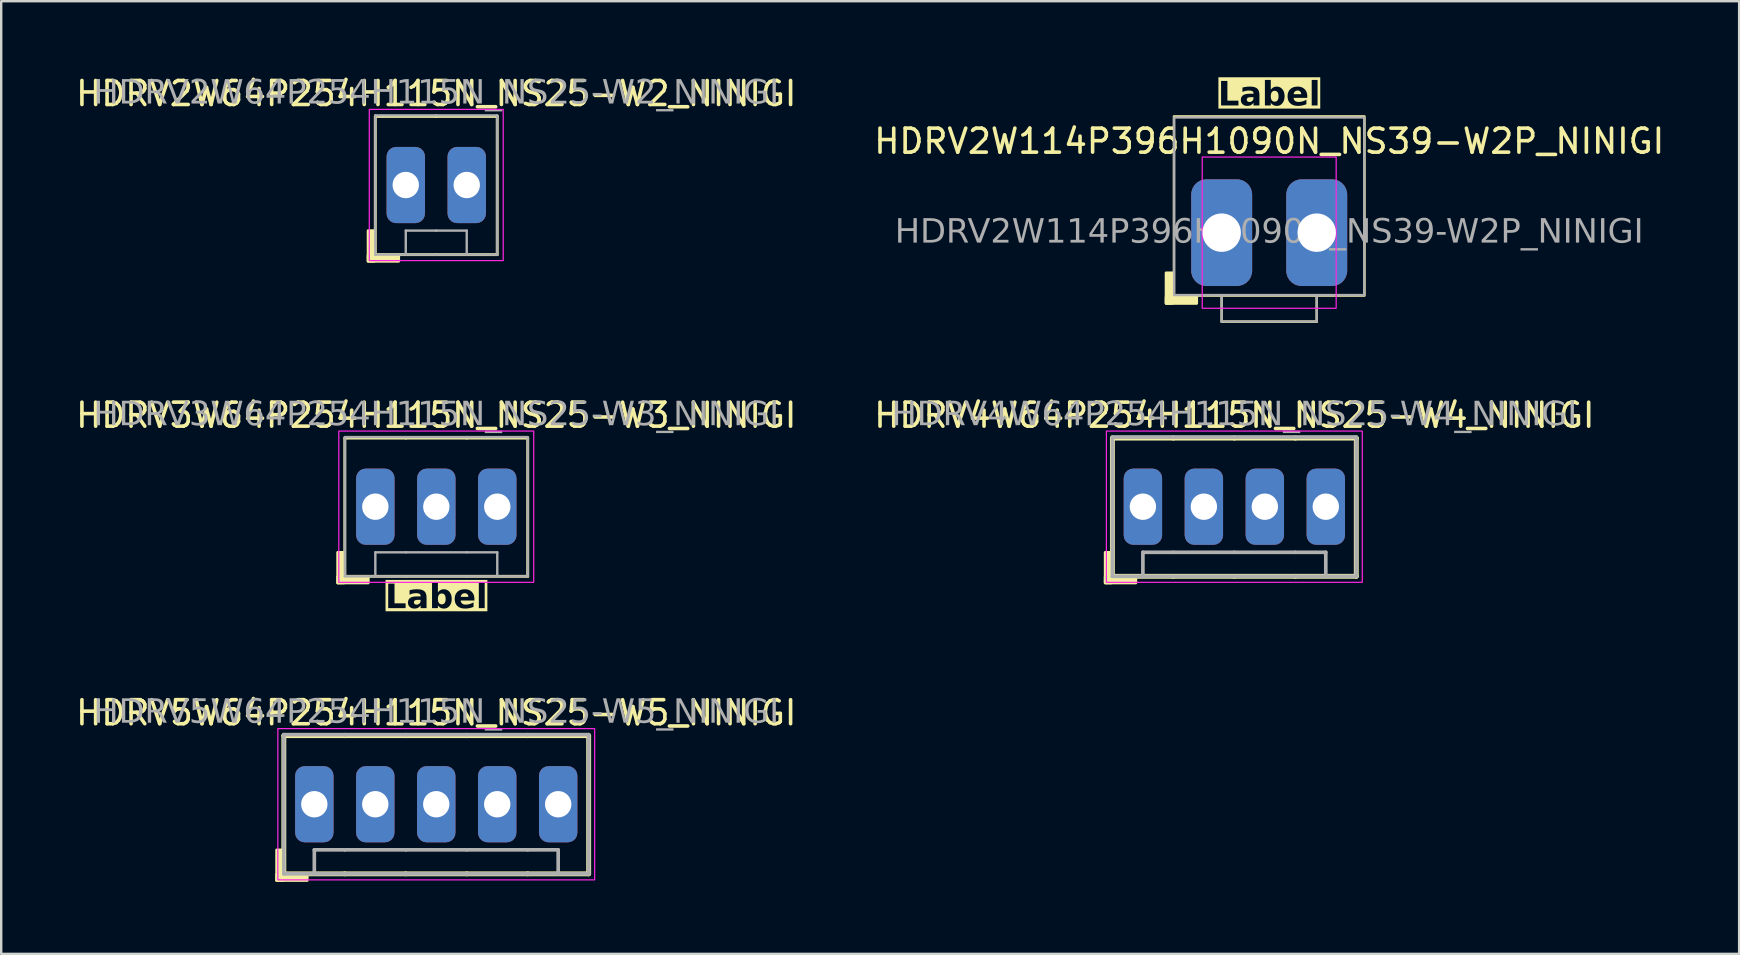
<source format=kicad_pcb>
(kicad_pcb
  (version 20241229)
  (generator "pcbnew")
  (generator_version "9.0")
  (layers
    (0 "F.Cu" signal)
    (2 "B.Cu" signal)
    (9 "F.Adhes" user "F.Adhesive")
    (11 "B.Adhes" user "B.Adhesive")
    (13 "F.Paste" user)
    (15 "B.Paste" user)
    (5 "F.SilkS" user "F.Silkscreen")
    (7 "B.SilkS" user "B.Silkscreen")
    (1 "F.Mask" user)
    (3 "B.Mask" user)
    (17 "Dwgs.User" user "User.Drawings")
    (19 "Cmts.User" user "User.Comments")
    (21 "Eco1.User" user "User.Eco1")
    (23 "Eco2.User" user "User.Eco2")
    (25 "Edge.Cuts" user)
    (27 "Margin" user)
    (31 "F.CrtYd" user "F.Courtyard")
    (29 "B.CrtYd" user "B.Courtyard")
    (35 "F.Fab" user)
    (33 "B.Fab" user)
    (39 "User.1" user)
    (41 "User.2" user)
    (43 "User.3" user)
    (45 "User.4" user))
  (footprint "HDRV2W114P396H1090N_NS39-W2P_NINIGI"
    (layer "F.Cu")
    (at 49.827 6.643)
    (property "Reference" "HDRV2W114P396H1090N_NS39-W2P_NINIGI" (at 0 -3.81 0) (layer "F.SilkS") (effects (font (size 1 1) (thickness 0.15))))
    (property "Label" "Label" (at 0 -5.715 0) (layer "F.SilkS" knockout) (effects (font (face "Tahoma") (size 1 1) (thickness 0.2) (bold yes))))
    (attr through_hole)
    (fp_line (start -1.981 3.708) (end -1.981 2.642) (stroke (width 0.1) (type default)) (layer "F.SilkS"))
    (fp_line (start 1.981 2.642) (end 1.981 3.708) (stroke (width 0.1) (type default)) (layer "F.SilkS"))
    (fp_line (start 1.981 3.708) (end -1.981 3.708) (stroke (width 0.1) (type default)) (layer "F.SilkS"))
    (fp_rect (start -4.039 1.676) (end -4.293 2.946) (stroke (width 0.12) (type solid)) (fill yes) (layer "F.SilkS"))
    (fp_rect (start -3.969 -4.845) (end 3.969 2.623) (stroke (width 0.1) (type default)) (fill no) (layer "F.SilkS"))
    (fp_rect (start -3.023 2.946) (end -4.293 2.692) (stroke (width 0.12) (type solid)) (fill yes) (layer "F.SilkS"))
    (fp_rect (start -2.79 -3.15) (end 2.79 3.15) (stroke (width 0.05) (type default)) (fill no) (layer "F.CrtYd"))
    (fp_line (start -1.98 3.7) (end -1.98 2.6) (stroke (width 0.1) (type solid)) (layer "F.Fab"))
    (fp_line (start 1.98 2.6) (end 1.98 3.7) (stroke (width 0.1) (type solid)) (layer "F.Fab"))
    (fp_line (start 1.98 3.7) (end -1.98 3.7) (stroke (width 0.1) (type solid)) (layer "F.Fab"))
    (fp_rect (start -3.96 -4.8) (end 3.96 2.6) (stroke (width 0.1) (type default)) (fill no) (layer "F.Fab"))
    (fp_rect (start -1.41 -0.57) (end -2.55 0.57) (stroke (width 0.01) (type solid)) (fill no) (layer "F.Fab"))
    (fp_rect (start 2.55 -0.57) (end 1.41 0.57) (stroke (width 0.01) (type solid)) (fill no) (layer "F.Fab"))
    (fp_text user "${REFERENCE}" (at 0 0 0) (layer "F.Fab") (effects (font (face "Tahoma") (size 1 1) (thickness 0.15))))
    (pad "1" thru_hole roundrect (at -1.98 0) (size 2.54 4.445) (drill 1.6) (layers "*.Cu" "*.Mask") (roundrect_rratio 0.25))
    (pad "2" thru_hole roundrect (at 1.98 0) (size 2.54 4.445) (drill 1.6) (layers "*.Cu" "*.Mask") (roundrect_rratio 0.25)))
  (footprint "HDRV5W64P254H115N_NS25-W5_NINIGI"
    (layer "F.Cu")
    (at 15.125 30.456)
    (property "Reference" "HDRV5W64P254H115N_NS25-W5_NINIGI" (at 0 -3.81 0) (layer "F.SilkS") (effects (font (size 1 1) (thickness 0.15))))
    (attr through_hole)
    (fp_line (start -6.35 -2.857) (end -3.81 -2.857) (stroke (width 0.203) (type solid)) (layer "F.SilkS"))
    (fp_line (start -6.35 2.9) (end -6.35 -2.857) (stroke (width 0.203) (type solid)) (layer "F.SilkS"))
    (fp_line (start -3.81 -2.857) (end -1.27 -2.857) (stroke (width 0.203) (type solid)) (layer "F.SilkS"))
    (fp_line (start -3.81 2.9) (end -6.35 2.9) (stroke (width 0.203) (type solid)) (layer "F.SilkS"))
    (fp_line (start -1.27 -2.857) (end 1.27 -2.857) (stroke (width 0.203) (type solid)) (layer "F.SilkS"))
    (fp_line (start -1.27 2.9) (end -3.81 2.9) (stroke (width 0.203) (type solid)) (layer "F.SilkS"))
    (fp_line (start 1.27 -2.857) (end 3.81 -2.857) (stroke (width 0.203) (type solid)) (layer "F.SilkS"))
    (fp_line (start 1.27 2.9) (end -1.27 2.9) (stroke (width 0.203) (type solid)) (layer "F.SilkS"))
    (fp_line (start 3.81 -2.857) (end 6.35 -2.857) (stroke (width 0.203) (type solid)) (layer "F.SilkS"))
    (fp_line (start 3.81 2.9) (end 1.27 2.9) (stroke (width 0.203) (type solid)) (layer "F.SilkS"))
    (fp_line (start 6.35 2.9) (end 3.81 2.9) (stroke (width 0.203) (type solid)) (layer "F.SilkS"))
    (fp_line (start 6.35 2.9) (end 6.35 -2.857) (stroke (width 0.203) (type solid)) (layer "F.SilkS"))
    (fp_rect (start -6.394 1.905) (end -6.647 3.175) (stroke (width 0.12) (type solid)) (fill yes) (layer "F.SilkS"))
    (fp_rect (start -5.378 3.175) (end -6.647 2.921) (stroke (width 0.12) (type solid)) (fill yes) (layer "F.SilkS"))
    (fp_rect (start -6.6 -3.15) (end 6.6 3.15) (stroke (width 0.05) (type default)) (fill no) (layer "F.CrtYd"))
    (fp_line (start -6.35 -2.9) (end -6.35 2.9) (stroke (width 0.152) (type solid)) (layer "F.Fab"))
    (fp_line (start -5.08 2.9) (end -5.08 1.9) (stroke (width 0.152) (type solid)) (layer "F.Fab"))
    (fp_line (start -3.81 -2.9) (end -6.35 -2.9) (stroke (width 0.152) (type solid)) (layer "F.Fab"))
    (fp_line (start -3.81 1.9) (end -5.08 1.9) (stroke (width 0.152) (type solid)) (layer "F.Fab"))
    (fp_line (start -3.81 2.9) (end -6.35 2.9) (stroke (width 0.152) (type solid)) (layer "F.Fab"))
    (fp_line (start -1.27 -2.9) (end -3.81 -2.9) (stroke (width 0.152) (type solid)) (layer "F.Fab"))
    (fp_line (start -1.27 1.9) (end -3.81 1.9) (stroke (width 0.152) (type solid)) (layer "F.Fab"))
    (fp_line (start -1.27 2.9) (end -3.81 2.9) (stroke (width 0.152) (type solid)) (layer "F.Fab"))
    (fp_line (start 1.27 -2.9) (end -1.27 -2.9) (stroke (width 0.152) (type solid)) (layer "F.Fab"))
    (fp_line (start 1.27 1.9) (end -1.27 1.9) (stroke (width 0.152) (type solid)) (layer "F.Fab"))
    (fp_line (start 1.27 2.9) (end -1.27 2.9) (stroke (width 0.152) (type solid)) (layer "F.Fab"))
    (fp_line (start 3.81 -2.9) (end 1.27 -2.9) (stroke (width 0.152) (type solid)) (layer "F.Fab"))
    (fp_line (start 3.81 1.9) (end 1.27 1.9) (stroke (width 0.152) (type solid)) (layer "F.Fab"))
    (fp_line (start 3.81 2.9) (end 1.27 2.9) (stroke (width 0.152) (type solid)) (layer "F.Fab"))
    (fp_line (start 5.08 1.9) (end 3.81 1.9) (stroke (width 0.152) (type solid)) (layer "F.Fab"))
    (fp_line (start 5.08 1.9) (end 5.08 2.9) (stroke (width 0.152) (type solid)) (layer "F.Fab"))
    (fp_line (start 6.35 -2.9) (end 3.81 -2.9) (stroke (width 0.152) (type solid)) (layer "F.Fab"))
    (fp_line (start 6.35 -2.9) (end 6.35 2.9) (stroke (width 0.152) (type solid)) (layer "F.Fab"))
    (fp_line (start 6.35 2.9) (end 3.81 2.9) (stroke (width 0.152) (type solid)) (layer "F.Fab"))
    (fp_rect (start -5.4 -0.32) (end -4.76 0.32) (stroke (width 0.01) (type solid)) (fill no) (layer "F.Fab"))
    (fp_rect (start -2.22 -0.32) (end -2.86 0.32) (stroke (width 0.01) (type solid)) (fill no) (layer "F.Fab"))
    (fp_rect (start 0.32 -0.32) (end -0.32 0.32) (stroke (width 0.01) (type solid)) (fill no) (layer "F.Fab"))
    (fp_rect (start 2.86 -0.32) (end 2.22 0.32) (stroke (width 0.01) (type solid)) (fill no) (layer "F.Fab"))
    (fp_rect (start 5.4 -0.32) (end 4.76 0.32) (stroke (width 0.01) (type solid)) (fill no) (layer "F.Fab"))
    (fp_text user "${REFERENCE}" (at 0 -3.81 0) (layer "F.Fab") (effects (font (face "Tahoma") (size 1 1) (thickness 0.15))))
    (pad "1" thru_hole roundrect (at -5.08 0) (size 1.6 3.175) (drill 1.1) (layers "*.Cu" "*.Mask") (roundrect_rratio 0.25))
    (pad "2" thru_hole roundrect (at -2.54 0) (size 1.6 3.175) (drill 1.1) (layers "*.Cu" "*.Mask") (roundrect_rratio 0.25))
    (pad "3" thru_hole roundrect (at 0 0) (size 1.6 3.175) (drill 1.1) (layers "*.Cu" "*.Mask") (roundrect_rratio 0.25))
    (pad "4" thru_hole roundrect (at 2.54 0) (size 1.6 3.175) (drill 1.1) (layers "*.Cu" "*.Mask") (roundrect_rratio 0.25))
    (pad "5" thru_hole roundrect (at 5.08 0) (size 1.6 3.175) (drill 1.1) (layers "*.Cu" "*.Mask") (roundrect_rratio 0.25)))
  (footprint "HDRV2W64P254H115N_NS25-W2_NINIGI"
    (layer "F.Cu")
    (at 15.125 4.658)
    (property "Reference" "HDRV2W64P254H115N_NS25-W2_NINIGI" (at 0 -3.81 0) (layer "F.SilkS") (effects (font (size 1 1) (thickness 0.15))))
    (attr through_hole)
    (fp_line (start -2.54 -2.857) (end 0 -2.857) (stroke (width 0.12) (type solid)) (layer "F.SilkS"))
    (fp_line (start -2.54 2.9) (end -2.54 -2.857) (stroke (width 0.12) (type solid)) (layer "F.SilkS"))
    (fp_line (start 0 -2.857) (end 2.54 -2.857) (stroke (width 0.12) (type solid)) (layer "F.SilkS"))
    (fp_line (start 0 2.9) (end -2.54 2.9) (stroke (width 0.12) (type solid)) (layer "F.SilkS"))
    (fp_line (start 2.54 2.9) (end 0 2.9) (stroke (width 0.12) (type solid)) (layer "F.SilkS"))
    (fp_line (start 2.54 2.9) (end 2.54 -2.857) (stroke (width 0.12) (type solid)) (layer "F.SilkS"))
    (fp_rect (start -2.583 1.905) (end -2.837 3.175) (stroke (width 0.12) (type solid)) (fill yes) (layer "F.SilkS"))
    (fp_rect (start -1.567 3.175) (end -2.837 2.921) (stroke (width 0.12) (type solid)) (fill yes) (layer "F.SilkS"))
    (fp_rect (start -2.79 -3.15) (end 2.79 3.15) (stroke (width 0.05) (type default)) (fill no) (layer "F.CrtYd"))
    (fp_line (start -2.54 -2.9) (end -2.54 2.9) (stroke (width 0.1) (type solid)) (layer "F.Fab"))
    (fp_line (start -1.27 2.9) (end -1.27 1.9) (stroke (width 0.1) (type solid)) (layer "F.Fab"))
    (fp_line (start 0 -2.9) (end -2.54 -2.9) (stroke (width 0.1) (type solid)) (layer "F.Fab"))
    (fp_line (start 0 1.9) (end -1.27 1.9) (stroke (width 0.1) (type solid)) (layer "F.Fab"))
    (fp_line (start 0 2.9) (end -2.54 2.9) (stroke (width 0.1) (type solid)) (layer "F.Fab"))
    (fp_line (start 1.27 1.9) (end 0 1.9) (stroke (width 0.1) (type solid)) (layer "F.Fab"))
    (fp_line (start 1.27 1.9) (end 1.27 2.9) (stroke (width 0.1) (type solid)) (layer "F.Fab"))
    (fp_line (start 2.54 -2.9) (end 0 -2.9) (stroke (width 0.1) (type solid)) (layer "F.Fab"))
    (fp_line (start 2.54 -2.9) (end 2.54 2.9) (stroke (width 0.1) (type solid)) (layer "F.Fab"))
    (fp_line (start 2.54 2.9) (end 0 2.9) (stroke (width 0.1) (type solid)) (layer "F.Fab"))
    (fp_rect (start -1.59 -0.32) (end -0.95 0.32) (stroke (width 0.01) (type solid)) (fill no) (layer "F.Fab"))
    (fp_rect (start 1.59 -0.32) (end 0.95 0.32) (stroke (width 0.01) (type solid)) (fill no) (layer "F.Fab"))
    (fp_text user "${REFERENCE}" (at 0 -3.81 0) (layer "F.Fab") (effects (font (face "Tahoma") (size 1 1) (thickness 0.15))))
    (pad "1" thru_hole roundrect (at -1.27 0) (size 1.6 3.175) (drill 1.1) (layers "*.Cu" "*.Mask") (roundrect_rratio 0.25))
    (pad "4" thru_hole roundrect (at 1.27 0) (size 1.6 3.175) (drill 1.1) (layers "*.Cu" "*.Mask") (roundrect_rratio 0.25)))
  (footprint "HDRV3W64P254H115N_NS25-W3_NINIGI"
    (layer "F.Cu")
    (at 15.125 18.06)
    (property "Reference" "HDRV3W64P254H115N_NS25-W3_NINIGI" (at 0 -3.81 0) (layer "F.SilkS") (effects (font (size 1 1) (thickness 0.15))))
    (property "Label" "Label" (at 0.003 3.81 0) (layer "F.SilkS" knockout) (effects (font (face "Tahoma") (size 1 1) (thickness 0.2) (bold yes))))
    (attr through_hole)
    (fp_line (start -3.808 -2.857) (end -1.268 -2.857) (stroke (width 0.12) (type solid)) (layer "F.SilkS"))
    (fp_line (start -3.808 2.9) (end -3.808 -2.857) (stroke (width 0.12) (type solid)) (layer "F.SilkS"))
    (fp_line (start -1.268 -2.857) (end 1.272 -2.857) (stroke (width 0.12) (type solid)) (layer "F.SilkS"))
    (fp_line (start -1.268 2.9) (end -3.808 2.9) (stroke (width 0.12) (type solid)) (layer "F.SilkS"))
    (fp_line (start 1.272 -2.857) (end 3.812 -2.857) (stroke (width 0.12) (type solid)) (layer "F.SilkS"))
    (fp_line (start 1.272 2.9) (end -1.268 2.9) (stroke (width 0.12) (type solid)) (layer "F.SilkS"))
    (fp_line (start 3.812 2.9) (end 1.272 2.9) (stroke (width 0.12) (type solid)) (layer "F.SilkS"))
    (fp_line (start 3.812 2.9) (end 3.812 -2.857) (stroke (width 0.12) (type solid)) (layer "F.SilkS"))
    (fp_rect (start -3.851 1.905) (end -4.105 3.175) (stroke (width 0.12) (type solid)) (fill yes) (layer "F.SilkS"))
    (fp_rect (start -2.835 3.175) (end -4.105 2.921) (stroke (width 0.12) (type solid)) (fill yes) (layer "F.SilkS"))
    (fp_rect (start -4.06 -3.15) (end 4.06 3.15) (stroke (width 0.05) (type default)) (fill no) (layer "F.CrtYd"))
    (fp_line (start -3.808 -2.9) (end -3.808 2.9) (stroke (width 0.1) (type solid)) (layer "F.Fab"))
    (fp_line (start -2.538 2.9) (end -2.538 1.9) (stroke (width 0.1) (type solid)) (layer "F.Fab"))
    (fp_line (start -1.268 -2.9) (end -3.808 -2.9) (stroke (width 0.1) (type solid)) (layer "F.Fab"))
    (fp_line (start -1.268 1.9) (end -2.538 1.9) (stroke (width 0.1) (type solid)) (layer "F.Fab"))
    (fp_line (start -1.268 2.9) (end -3.808 2.9) (stroke (width 0.1) (type solid)) (layer "F.Fab"))
    (fp_line (start 1.272 -2.9) (end -1.268 -2.9) (stroke (width 0.1) (type solid)) (layer "F.Fab"))
    (fp_line (start 1.272 1.9) (end -1.268 1.9) (stroke (width 0.1) (type solid)) (layer "F.Fab"))
    (fp_line (start 1.272 2.9) (end -1.268 2.9) (stroke (width 0.1) (type solid)) (layer "F.Fab"))
    (fp_line (start 2.542 1.9) (end 1.272 1.9) (stroke (width 0.1) (type solid)) (layer "F.Fab"))
    (fp_line (start 2.542 1.9) (end 2.542 2.9) (stroke (width 0.1) (type solid)) (layer "F.Fab"))
    (fp_line (start 3.812 -2.9) (end 1.272 -2.9) (stroke (width 0.1) (type solid)) (layer "F.Fab"))
    (fp_line (start 3.812 -2.9) (end 3.812 2.9) (stroke (width 0.1) (type solid)) (layer "F.Fab"))
    (fp_line (start 3.812 2.9) (end 1.272 2.9) (stroke (width 0.1) (type solid)) (layer "F.Fab"))
    (fp_rect (start -2.857 -0.32) (end -2.217 0.32) (stroke (width 0.01) (type solid)) (fill no) (layer "F.Fab"))
    (fp_rect (start 0.323 -0.32) (end -0.318 0.32) (stroke (width 0.01) (type solid)) (fill no) (layer "F.Fab"))
    (fp_rect (start 2.862 -0.32) (end 2.223 0.32) (stroke (width 0.01) (type solid)) (fill no) (layer "F.Fab"))
    (fp_text user "${REFERENCE}" (at 0 -3.81 0) (layer "F.Fab") (effects (font (face "Tahoma") (size 1 1) (thickness 0.15))))
    (pad "1" thru_hole roundrect (at -2.538 0) (size 1.6 3.175) (drill 1.1) (layers "*.Cu" "*.Mask") (roundrect_rratio 0.25))
    (pad "2" thru_hole roundrect (at 0.003 0) (size 1.6 3.175) (drill 1.1) (layers "*.Cu" "*.Mask") (roundrect_rratio 0.25))
    (pad "3" thru_hole roundrect (at 2.542 0) (size 1.6 3.175) (drill 1.1) (layers "*.Cu" "*.Mask") (roundrect_rratio 0.25)))
  (footprint "HDRV4W64P254H115N_NS25-W4_NINIGI"
    (layer "F.Cu")
    (at 48.375 18.06)
    (property "Reference" "HDRV4W64P254H115N_NS25-W4_NINIGI" (at 0 -3.81 0) (layer "F.SilkS") (effects (font (size 1 1) (thickness 0.15))))
    (attr through_hole)
    (fp_line (start -5.08 -2.857) (end -2.54 -2.857) (stroke (width 0.203) (type solid)) (layer "F.SilkS"))
    (fp_line (start -5.08 2.9) (end -5.08 -2.857) (stroke (width 0.203) (type solid)) (layer "F.SilkS"))
    (fp_line (start -2.54 -2.857) (end 0 -2.857) (stroke (width 0.203) (type solid)) (layer "F.SilkS"))
    (fp_line (start -2.54 2.9) (end -5.08 2.9) (stroke (width 0.203) (type solid)) (layer "F.SilkS"))
    (fp_line (start 0 -2.857) (end 2.54 -2.857) (stroke (width 0.203) (type solid)) (layer "F.SilkS"))
    (fp_line (start 0 2.9) (end -2.54 2.9) (stroke (width 0.203) (type solid)) (layer "F.SilkS"))
    (fp_line (start 2.54 -2.857) (end 5.08 -2.857) (stroke (width 0.203) (type solid)) (layer "F.SilkS"))
    (fp_line (start 2.54 2.9) (end 0 2.9) (stroke (width 0.203) (type solid)) (layer "F.SilkS"))
    (fp_line (start 5.08 2.9) (end 2.54 2.9) (stroke (width 0.203) (type solid)) (layer "F.SilkS"))
    (fp_line (start 5.08 2.9) (end 5.08 -2.857) (stroke (width 0.203) (type solid)) (layer "F.SilkS"))
    (fp_rect (start -5.123 1.905) (end -5.378 3.175) (stroke (width 0.12) (type solid)) (fill yes) (layer "F.SilkS"))
    (fp_rect (start -4.107 3.175) (end -5.378 2.921) (stroke (width 0.12) (type solid)) (fill yes) (layer "F.SilkS"))
    (fp_rect (start -5.33 -3.15) (end 5.33 3.15) (stroke (width 0.05) (type default)) (fill no) (layer "F.CrtYd"))
    (fp_line (start -5.08 -2.9) (end -5.08 2.9) (stroke (width 0.152) (type solid)) (layer "F.Fab"))
    (fp_line (start -3.81 2.9) (end -3.81 1.9) (stroke (width 0.152) (type solid)) (layer "F.Fab"))
    (fp_line (start -2.54 -2.9) (end -5.08 -2.9) (stroke (width 0.152) (type solid)) (layer "F.Fab"))
    (fp_line (start -2.54 1.9) (end -3.81 1.9) (stroke (width 0.152) (type solid)) (layer "F.Fab"))
    (fp_line (start -2.54 2.9) (end -5.08 2.9) (stroke (width 0.152) (type solid)) (layer "F.Fab"))
    (fp_line (start 0 -2.9) (end -2.54 -2.9) (stroke (width 0.152) (type solid)) (layer "F.Fab"))
    (fp_line (start 0 1.9) (end -2.54 1.9) (stroke (width 0.152) (type solid)) (layer "F.Fab"))
    (fp_line (start 0 2.9) (end -2.54 2.9) (stroke (width 0.152) (type solid)) (layer "F.Fab"))
    (fp_line (start 2.54 -2.9) (end 0 -2.9) (stroke (width 0.152) (type solid)) (layer "F.Fab"))
    (fp_line (start 2.54 1.9) (end 0 1.9) (stroke (width 0.152) (type solid)) (layer "F.Fab"))
    (fp_line (start 2.54 2.9) (end 0 2.9) (stroke (width 0.152) (type solid)) (layer "F.Fab"))
    (fp_line (start 3.81 1.9) (end 2.54 1.9) (stroke (width 0.152) (type solid)) (layer "F.Fab"))
    (fp_line (start 3.81 1.9) (end 3.81 2.9) (stroke (width 0.152) (type solid)) (layer "F.Fab"))
    (fp_line (start 5.08 -2.9) (end 2.54 -2.9) (stroke (width 0.152) (type solid)) (layer "F.Fab"))
    (fp_line (start 5.08 -2.9) (end 5.08 2.9) (stroke (width 0.152) (type solid)) (layer "F.Fab"))
    (fp_line (start 5.08 2.9) (end 2.54 2.9) (stroke (width 0.152) (type solid)) (layer "F.Fab"))
    (fp_rect (start -4.13 -0.32) (end -3.49 0.32) (stroke (width 0.01) (type solid)) (fill no) (layer "F.Fab"))
    (fp_rect (start -0.95 -0.32) (end -1.59 0.32) (stroke (width 0.01) (type solid)) (fill no) (layer "F.Fab"))
    (fp_rect (start 1.59 -0.32) (end 0.95 0.32) (stroke (width 0.01) (type solid)) (fill no) (layer "F.Fab"))
    (fp_rect (start 4.13 -0.32) (end 3.49 0.32) (stroke (width 0.01) (type solid)) (fill no) (layer "F.Fab"))
    (fp_text user "${REFERENCE}" (at 0 -3.81 0) (layer "F.Fab") (effects (font (face "Tahoma") (size 1 1) (thickness 0.15))))
    (pad "1" thru_hole roundrect (at -3.81 0) (size 1.6 3.175) (drill 1.1) (layers "*.Cu" "*.Mask") (roundrect_rratio 0.25))
    (pad "2" thru_hole roundrect (at -1.27 0) (size 1.6 3.175) (drill 1.1) (layers "*.Cu" "*.Mask") (roundrect_rratio 0.25))
    (pad "3" thru_hole roundrect (at 1.27 0) (size 1.6 3.175) (drill 1.1) (layers "*.Cu" "*.Mask") (roundrect_rratio 0.25))
    (pad "4" thru_hole roundrect (at 3.81 0) (size 1.6 3.175) (drill 1.1) (layers "*.Cu" "*.Mask") (roundrect_rratio 0.25)))
  (gr_rect
    (start -3 -3)
    (end 69.405 36.691)
    (stroke (width 0.1) (type default))
    (fill no)
    (layer "Edge.Cuts")))
</source>
